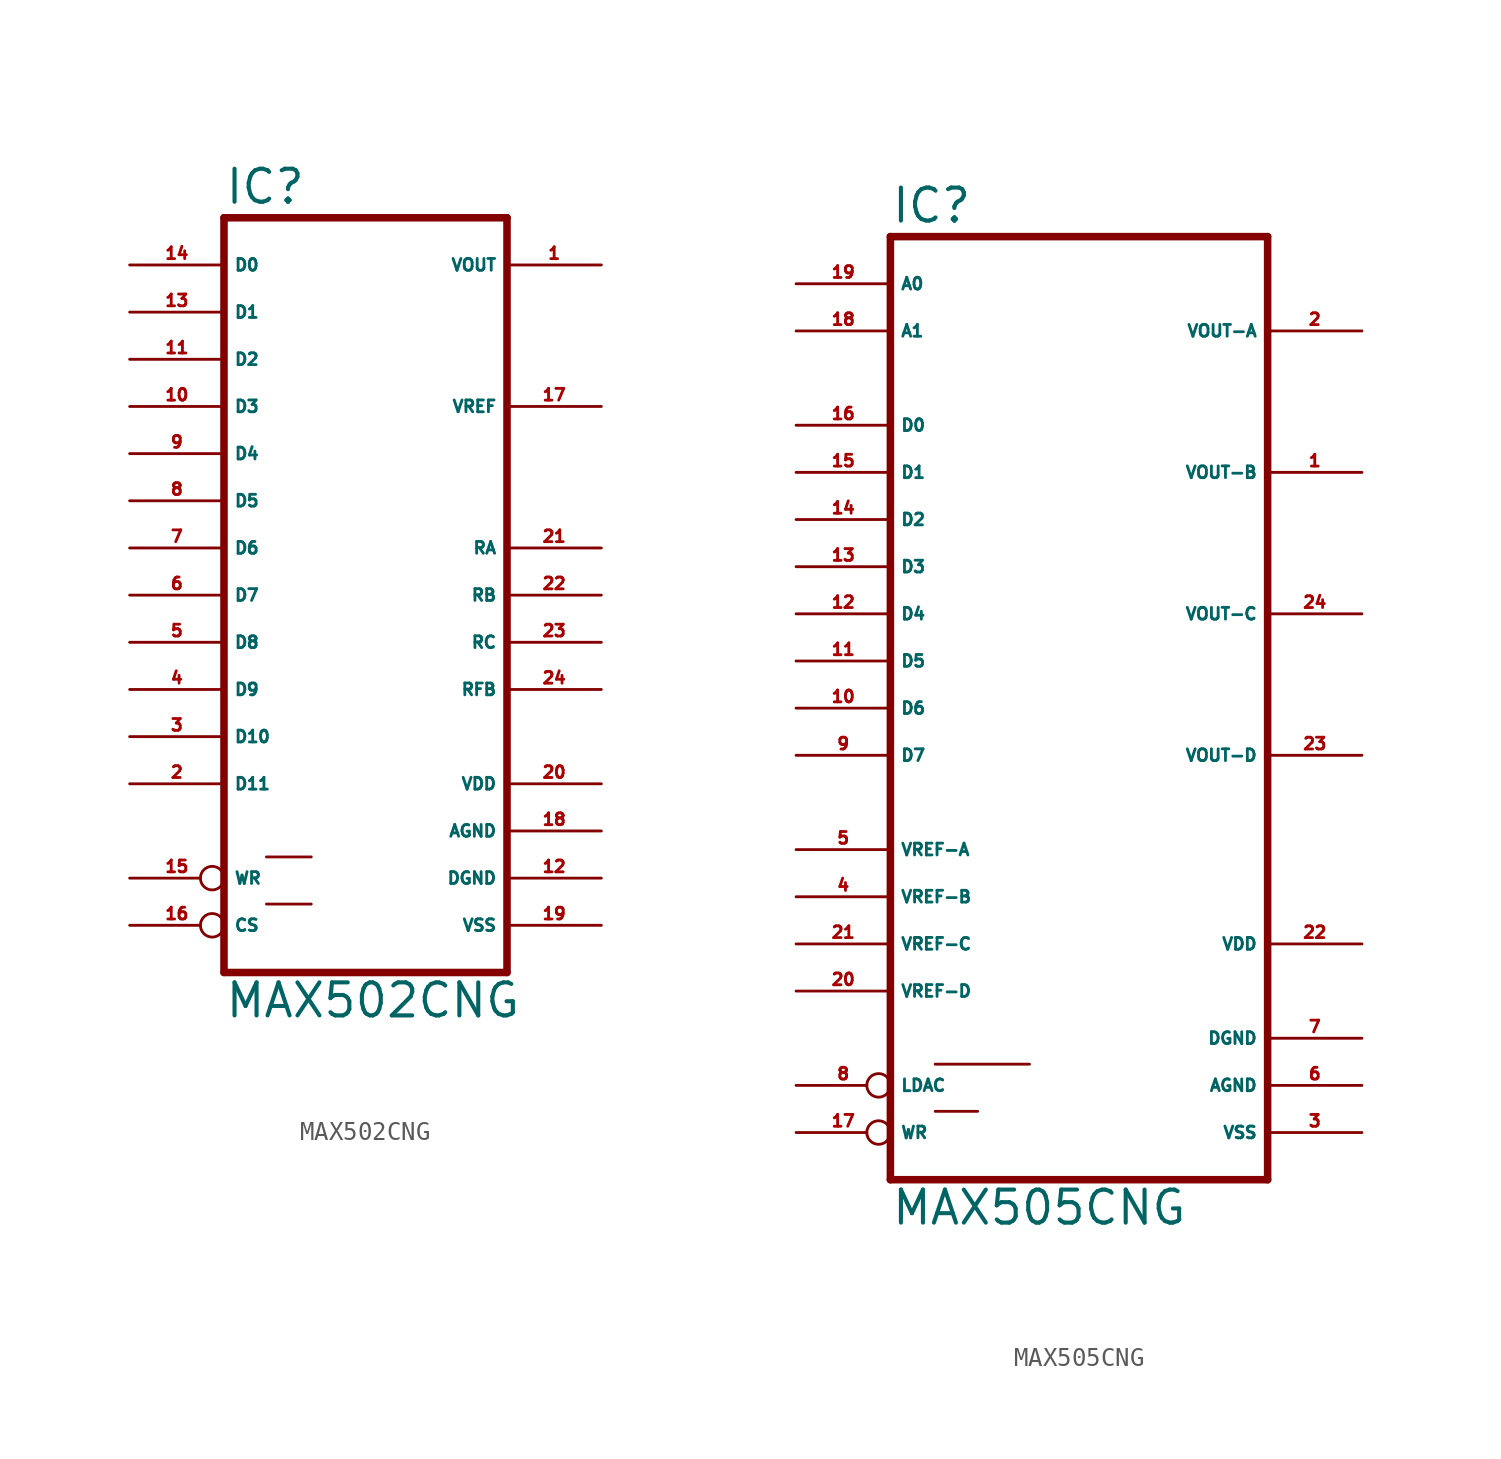
<source format=kicad_sym>
(kicad_symbol_lib
  (version 20220914)
  (generator Eagle2Kicad)
  (symbol "MAX502CNG"
    (property "Reference" "IC"
      (at -7.62 20.955 0)
      (effects (font (size 1.778 1.778) (thickness 0.22)) (justify left bottom)))
    (property "Value" "MAX502CNG"
      (at -7.62 -22.86 0)
      (effects (font (size 1.778 1.778) (thickness 0.22)) (justify left bottom)))
    (polyline
      (pts (xy 7.62 -20.32) (xy -7.62 -20.32))
      (stroke (width 0.406) (type default))
      (fill (type none)))
    (polyline
      (pts (xy -7.62 20.32) (xy -7.62 -20.32))
      (stroke (width 0.406) (type default))
      (fill (type none)))
    (polyline
      (pts (xy -7.62 20.32) (xy 7.62 20.32))
      (stroke (width 0.406) (type default))
      (fill (type none)))
    (polyline
      (pts (xy 7.62 -20.32) (xy 7.62 20.32))
      (stroke (width 0.406) (type default))
      (fill (type none)))
    (polyline
      (pts (xy -5.334 -16.637) (xy -2.921 -16.637))
      (stroke (width 0.152) (type default))
      (fill (type none)))
    (polyline
      (pts (xy -5.334 -14.097) (xy -2.921 -14.097))
      (stroke (width 0.152) (type default))
      (fill (type none)))
    (pin unspecified line
      (at 12.7 -10.16 180)
      (length 5.08)
      (name "VDD" (effects (font (size 0.635 0.635) (thickness 0.08)) (justify left bottom)))
      (number "20" (effects (font (size 0.635 0.635) (thickness 0.08)) (justify left bottom))))
    (pin output line
      (at 12.7 17.78 180)
      (length 5.08)
      (name "VOUT" (effects (font (size 0.635 0.635) (thickness 0.08)) (justify left bottom)))
      (number "1" (effects (font (size 0.635 0.635) (thickness 0.08)) (justify left bottom))))
    (pin unspecified line
      (at 12.7 -12.7 180)
      (length 5.08)
      (name "AGND" (effects (font (size 0.635 0.635) (thickness 0.08)) (justify left bottom)))
      (number "18" (effects (font (size 0.635 0.635) (thickness 0.08)) (justify left bottom))))
    (pin passive line
      (at 12.7 2.54 180)
      (length 5.08)
      (name "RA" (effects (font (size 0.635 0.635) (thickness 0.08)) (justify left bottom)))
      (number "21" (effects (font (size 0.635 0.635) (thickness 0.08)) (justify left bottom))))
    (pin input line
      (at -12.7 17.78 0)
      (length 5.08)
      (name "D0" (effects (font (size 0.635 0.635) (thickness 0.08)) (justify left bottom)))
      (number "14" (effects (font (size 0.635 0.635) (thickness 0.08)) (justify left bottom))))
    (pin input line
      (at -12.7 7.62 0)
      (length 5.08)
      (name "D4" (effects (font (size 0.635 0.635) (thickness 0.08)) (justify left bottom)))
      (number "9" (effects (font (size 0.635 0.635) (thickness 0.08)) (justify left bottom))))
    (pin input line
      (at -12.7 15.24 0)
      (length 5.08)
      (name "D1" (effects (font (size 0.635 0.635) (thickness 0.08)) (justify left bottom)))
      (number "13" (effects (font (size 0.635 0.635) (thickness 0.08)) (justify left bottom))))
    (pin input line
      (at -12.7 12.7 0)
      (length 5.08)
      (name "D2" (effects (font (size 0.635 0.635) (thickness 0.08)) (justify left bottom)))
      (number "11" (effects (font (size 0.635 0.635) (thickness 0.08)) (justify left bottom))))
    (pin input line
      (at -12.7 10.16 0)
      (length 5.08)
      (name "D3" (effects (font (size 0.635 0.635) (thickness 0.08)) (justify left bottom)))
      (number "10" (effects (font (size 0.635 0.635) (thickness 0.08)) (justify left bottom))))
    (pin input line
      (at -12.7 5.08 0)
      (length 5.08)
      (name "D5" (effects (font (size 0.635 0.635) (thickness 0.08)) (justify left bottom)))
      (number "8" (effects (font (size 0.635 0.635) (thickness 0.08)) (justify left bottom))))
    (pin input line
      (at -12.7 2.54 0)
      (length 5.08)
      (name "D6" (effects (font (size 0.635 0.635) (thickness 0.08)) (justify left bottom)))
      (number "7" (effects (font (size 0.635 0.635) (thickness 0.08)) (justify left bottom))))
    (pin input line
      (at -12.7 0 0)
      (length 5.08)
      (name "D7" (effects (font (size 0.635 0.635) (thickness 0.08)) (justify left bottom)))
      (number "6" (effects (font (size 0.635 0.635) (thickness 0.08)) (justify left bottom))))
    (pin input line
      (at -12.7 -2.54 0)
      (length 5.08)
      (name "D8" (effects (font (size 0.635 0.635) (thickness 0.08)) (justify left bottom)))
      (number "5" (effects (font (size 0.635 0.635) (thickness 0.08)) (justify left bottom))))
    (pin input line
      (at -12.7 -5.08 0)
      (length 5.08)
      (name "D9" (effects (font (size 0.635 0.635) (thickness 0.08)) (justify left bottom)))
      (number "4" (effects (font (size 0.635 0.635) (thickness 0.08)) (justify left bottom))))
    (pin input line
      (at -12.7 -7.62 0)
      (length 5.08)
      (name "D10" (effects (font (size 0.635 0.635) (thickness 0.08)) (justify left bottom)))
      (number "3" (effects (font (size 0.635 0.635) (thickness 0.08)) (justify left bottom))))
    (pin input line
      (at -12.7 -10.16 0)
      (length 5.08)
      (name "D11" (effects (font (size 0.635 0.635) (thickness 0.08)) (justify left bottom)))
      (number "2" (effects (font (size 0.635 0.635) (thickness 0.08)) (justify left bottom))))
    (pin input inverted
      (at -12.7 -17.78 0)
      (length 5.08)
      (name "CS" (effects (font (size 0.635 0.635) (thickness 0.08)) (justify left bottom)))
      (number "16" (effects (font (size 0.635 0.635) (thickness 0.08)) (justify left bottom))))
    (pin unspecified line
      (at 12.7 -17.78 180)
      (length 5.08)
      (name "VSS" (effects (font (size 0.635 0.635) (thickness 0.08)) (justify left bottom)))
      (number "19" (effects (font (size 0.635 0.635) (thickness 0.08)) (justify left bottom))))
    (pin unspecified line
      (at 12.7 -15.24 180)
      (length 5.08)
      (name "DGND" (effects (font (size 0.635 0.635) (thickness 0.08)) (justify left bottom)))
      (number "12" (effects (font (size 0.635 0.635) (thickness 0.08)) (justify left bottom))))
    (pin input line
      (at 12.7 10.16 180)
      (length 5.08)
      (name "VREF" (effects (font (size 0.635 0.635) (thickness 0.08)) (justify left bottom)))
      (number "17" (effects (font (size 0.635 0.635) (thickness 0.08)) (justify left bottom))))
    (pin input inverted
      (at -12.7 -15.24 0)
      (length 5.08)
      (name "WR" (effects (font (size 0.635 0.635) (thickness 0.08)) (justify left bottom)))
      (number "15" (effects (font (size 0.635 0.635) (thickness 0.08)) (justify left bottom))))
    (pin passive line
      (at 12.7 0 180)
      (length 5.08)
      (name "RB" (effects (font (size 0.635 0.635) (thickness 0.08)) (justify left bottom)))
      (number "22" (effects (font (size 0.635 0.635) (thickness 0.08)) (justify left bottom))))
    (pin passive line
      (at 12.7 -2.54 180)
      (length 5.08)
      (name "RC" (effects (font (size 0.635 0.635) (thickness 0.08)) (justify left bottom)))
      (number "23" (effects (font (size 0.635 0.635) (thickness 0.08)) (justify left bottom))))
    (pin passive line
      (at 12.7 -5.08 180)
      (length 5.08)
      (name "RFB" (effects (font (size 0.635 0.635) (thickness 0.08)) (justify left bottom)))
      (number "24" (effects (font (size 0.635 0.635) (thickness 0.08)) (justify left bottom)))))
  (symbol "MAX505CNG"
    (property "Reference" "IC"
      (at -10.16 26.035 0)
      (effects (font (size 1.778 1.778) (thickness 0.22)) (justify left bottom)))
    (property "Value" "MAX505CNG"
      (at -10.16 -27.94 0)
      (effects (font (size 1.778 1.778) (thickness 0.22)) (justify left bottom)))
    (polyline
      (pts (xy -10.16 -25.4) (xy 10.16 -25.4))
      (stroke (width 0.406) (type default))
      (fill (type none)))
    (polyline
      (pts (xy 10.16 25.4) (xy 10.16 -25.4))
      (stroke (width 0.406) (type default))
      (fill (type none)))
    (polyline
      (pts (xy 10.16 25.4) (xy -10.16 25.4))
      (stroke (width 0.406) (type default))
      (fill (type none)))
    (polyline
      (pts (xy -10.16 -25.4) (xy -10.16 25.4))
      (stroke (width 0.406) (type default))
      (fill (type none)))
    (polyline
      (pts (xy -7.747 -19.177) (xy -2.667 -19.177))
      (stroke (width 0.152) (type default))
      (fill (type none)))
    (polyline
      (pts (xy -7.747 -21.717) (xy -5.461 -21.717))
      (stroke (width 0.152) (type default))
      (fill (type none)))
    (pin input line
      (at -15.24 2.54 0)
      (length 5.08)
      (name "D5" (effects (font (size 0.635 0.635) (thickness 0.08)) (justify left bottom)))
      (number "11" (effects (font (size 0.635 0.635) (thickness 0.08)) (justify left bottom))))
    (pin input line
      (at -15.24 0 0)
      (length 5.08)
      (name "D6" (effects (font (size 0.635 0.635) (thickness 0.08)) (justify left bottom)))
      (number "10" (effects (font (size 0.635 0.635) (thickness 0.08)) (justify left bottom))))
    (pin input line
      (at -15.24 -2.54 0)
      (length 5.08)
      (name "D7" (effects (font (size 0.635 0.635) (thickness 0.08)) (justify left bottom)))
      (number "9" (effects (font (size 0.635 0.635) (thickness 0.08)) (justify left bottom))))
    (pin input line
      (at -15.24 15.24 0)
      (length 5.08)
      (name "D0" (effects (font (size 0.635 0.635) (thickness 0.08)) (justify left bottom)))
      (number "16" (effects (font (size 0.635 0.635) (thickness 0.08)) (justify left bottom))))
    (pin input line
      (at -15.24 12.7 0)
      (length 5.08)
      (name "D1" (effects (font (size 0.635 0.635) (thickness 0.08)) (justify left bottom)))
      (number "15" (effects (font (size 0.635 0.635) (thickness 0.08)) (justify left bottom))))
    (pin input line
      (at -15.24 10.16 0)
      (length 5.08)
      (name "D2" (effects (font (size 0.635 0.635) (thickness 0.08)) (justify left bottom)))
      (number "14" (effects (font (size 0.635 0.635) (thickness 0.08)) (justify left bottom))))
    (pin input line
      (at -15.24 7.62 0)
      (length 5.08)
      (name "D3" (effects (font (size 0.635 0.635) (thickness 0.08)) (justify left bottom)))
      (number "13" (effects (font (size 0.635 0.635) (thickness 0.08)) (justify left bottom))))
    (pin input line
      (at -15.24 5.08 0)
      (length 5.08)
      (name "D4" (effects (font (size 0.635 0.635) (thickness 0.08)) (justify left bottom)))
      (number "12" (effects (font (size 0.635 0.635) (thickness 0.08)) (justify left bottom))))
    (pin input line
      (at -15.24 22.86 0)
      (length 5.08)
      (name "A0" (effects (font (size 0.635 0.635) (thickness 0.08)) (justify left bottom)))
      (number "19" (effects (font (size 0.635 0.635) (thickness 0.08)) (justify left bottom))))
    (pin input line
      (at -15.24 20.32 0)
      (length 5.08)
      (name "A1" (effects (font (size 0.635 0.635) (thickness 0.08)) (justify left bottom)))
      (number "18" (effects (font (size 0.635 0.635) (thickness 0.08)) (justify left bottom))))
    (pin input inverted
      (at -15.24 -20.32 0)
      (length 5.08)
      (name "LDAC" (effects (font (size 0.635 0.635) (thickness 0.08)) (justify left bottom)))
      (number "8" (effects (font (size 0.635 0.635) (thickness 0.08)) (justify left bottom))))
    (pin output line
      (at 15.24 20.32 180)
      (length 5.08)
      (name "VOUT-A" (effects (font (size 0.635 0.635) (thickness 0.08)) (justify left bottom)))
      (number "2" (effects (font (size 0.635 0.635) (thickness 0.08)) (justify left bottom))))
    (pin input inverted
      (at -15.24 -22.86 0)
      (length 5.08)
      (name "WR" (effects (font (size 0.635 0.635) (thickness 0.08)) (justify left bottom)))
      (number "17" (effects (font (size 0.635 0.635) (thickness 0.08)) (justify left bottom))))
    (pin unspecified line
      (at 15.24 -20.32 180)
      (length 5.08)
      (name "AGND" (effects (font (size 0.635 0.635) (thickness 0.08)) (justify left bottom)))
      (number "6" (effects (font (size 0.635 0.635) (thickness 0.08)) (justify left bottom))))
    (pin unspecified line
      (at 15.24 -17.78 180)
      (length 5.08)
      (name "DGND" (effects (font (size 0.635 0.635) (thickness 0.08)) (justify left bottom)))
      (number "7" (effects (font (size 0.635 0.635) (thickness 0.08)) (justify left bottom))))
    (pin unspecified line
      (at 15.24 -12.7 180)
      (length 5.08)
      (name "VDD" (effects (font (size 0.635 0.635) (thickness 0.08)) (justify left bottom)))
      (number "22" (effects (font (size 0.635 0.635) (thickness 0.08)) (justify left bottom))))
    (pin output line
      (at 15.24 12.7 180)
      (length 5.08)
      (name "VOUT-B" (effects (font (size 0.635 0.635) (thickness 0.08)) (justify left bottom)))
      (number "1" (effects (font (size 0.635 0.635) (thickness 0.08)) (justify left bottom))))
    (pin output line
      (at 15.24 5.08 180)
      (length 5.08)
      (name "VOUT-C" (effects (font (size 0.635 0.635) (thickness 0.08)) (justify left bottom)))
      (number "24" (effects (font (size 0.635 0.635) (thickness 0.08)) (justify left bottom))))
    (pin output line
      (at 15.24 -2.54 180)
      (length 5.08)
      (name "VOUT-D" (effects (font (size 0.635 0.635) (thickness 0.08)) (justify left bottom)))
      (number "23" (effects (font (size 0.635 0.635) (thickness 0.08)) (justify left bottom))))
    (pin input line
      (at -15.24 -7.62 0)
      (length 5.08)
      (name "VREF-A" (effects (font (size 0.635 0.635) (thickness 0.08)) (justify left bottom)))
      (number "5" (effects (font (size 0.635 0.635) (thickness 0.08)) (justify left bottom))))
    (pin input line
      (at -15.24 -10.16 0)
      (length 5.08)
      (name "VREF-B" (effects (font (size 0.635 0.635) (thickness 0.08)) (justify left bottom)))
      (number "4" (effects (font (size 0.635 0.635) (thickness 0.08)) (justify left bottom))))
    (pin input line
      (at -15.24 -12.7 0)
      (length 5.08)
      (name "VREF-C" (effects (font (size 0.635 0.635) (thickness 0.08)) (justify left bottom)))
      (number "21" (effects (font (size 0.635 0.635) (thickness 0.08)) (justify left bottom))))
    (pin input line
      (at -15.24 -15.24 0)
      (length 5.08)
      (name "VREF-D" (effects (font (size 0.635 0.635) (thickness 0.08)) (justify left bottom)))
      (number "20" (effects (font (size 0.635 0.635) (thickness 0.08)) (justify left bottom))))
    (pin unspecified line
      (at 15.24 -22.86 180)
      (length 5.08)
      (name "VSS" (effects (font (size 0.635 0.635) (thickness 0.08)) (justify left bottom)))
      (number "3" (effects (font (size 0.635 0.635) (thickness 0.08)) (justify left bottom))))))
</source>
